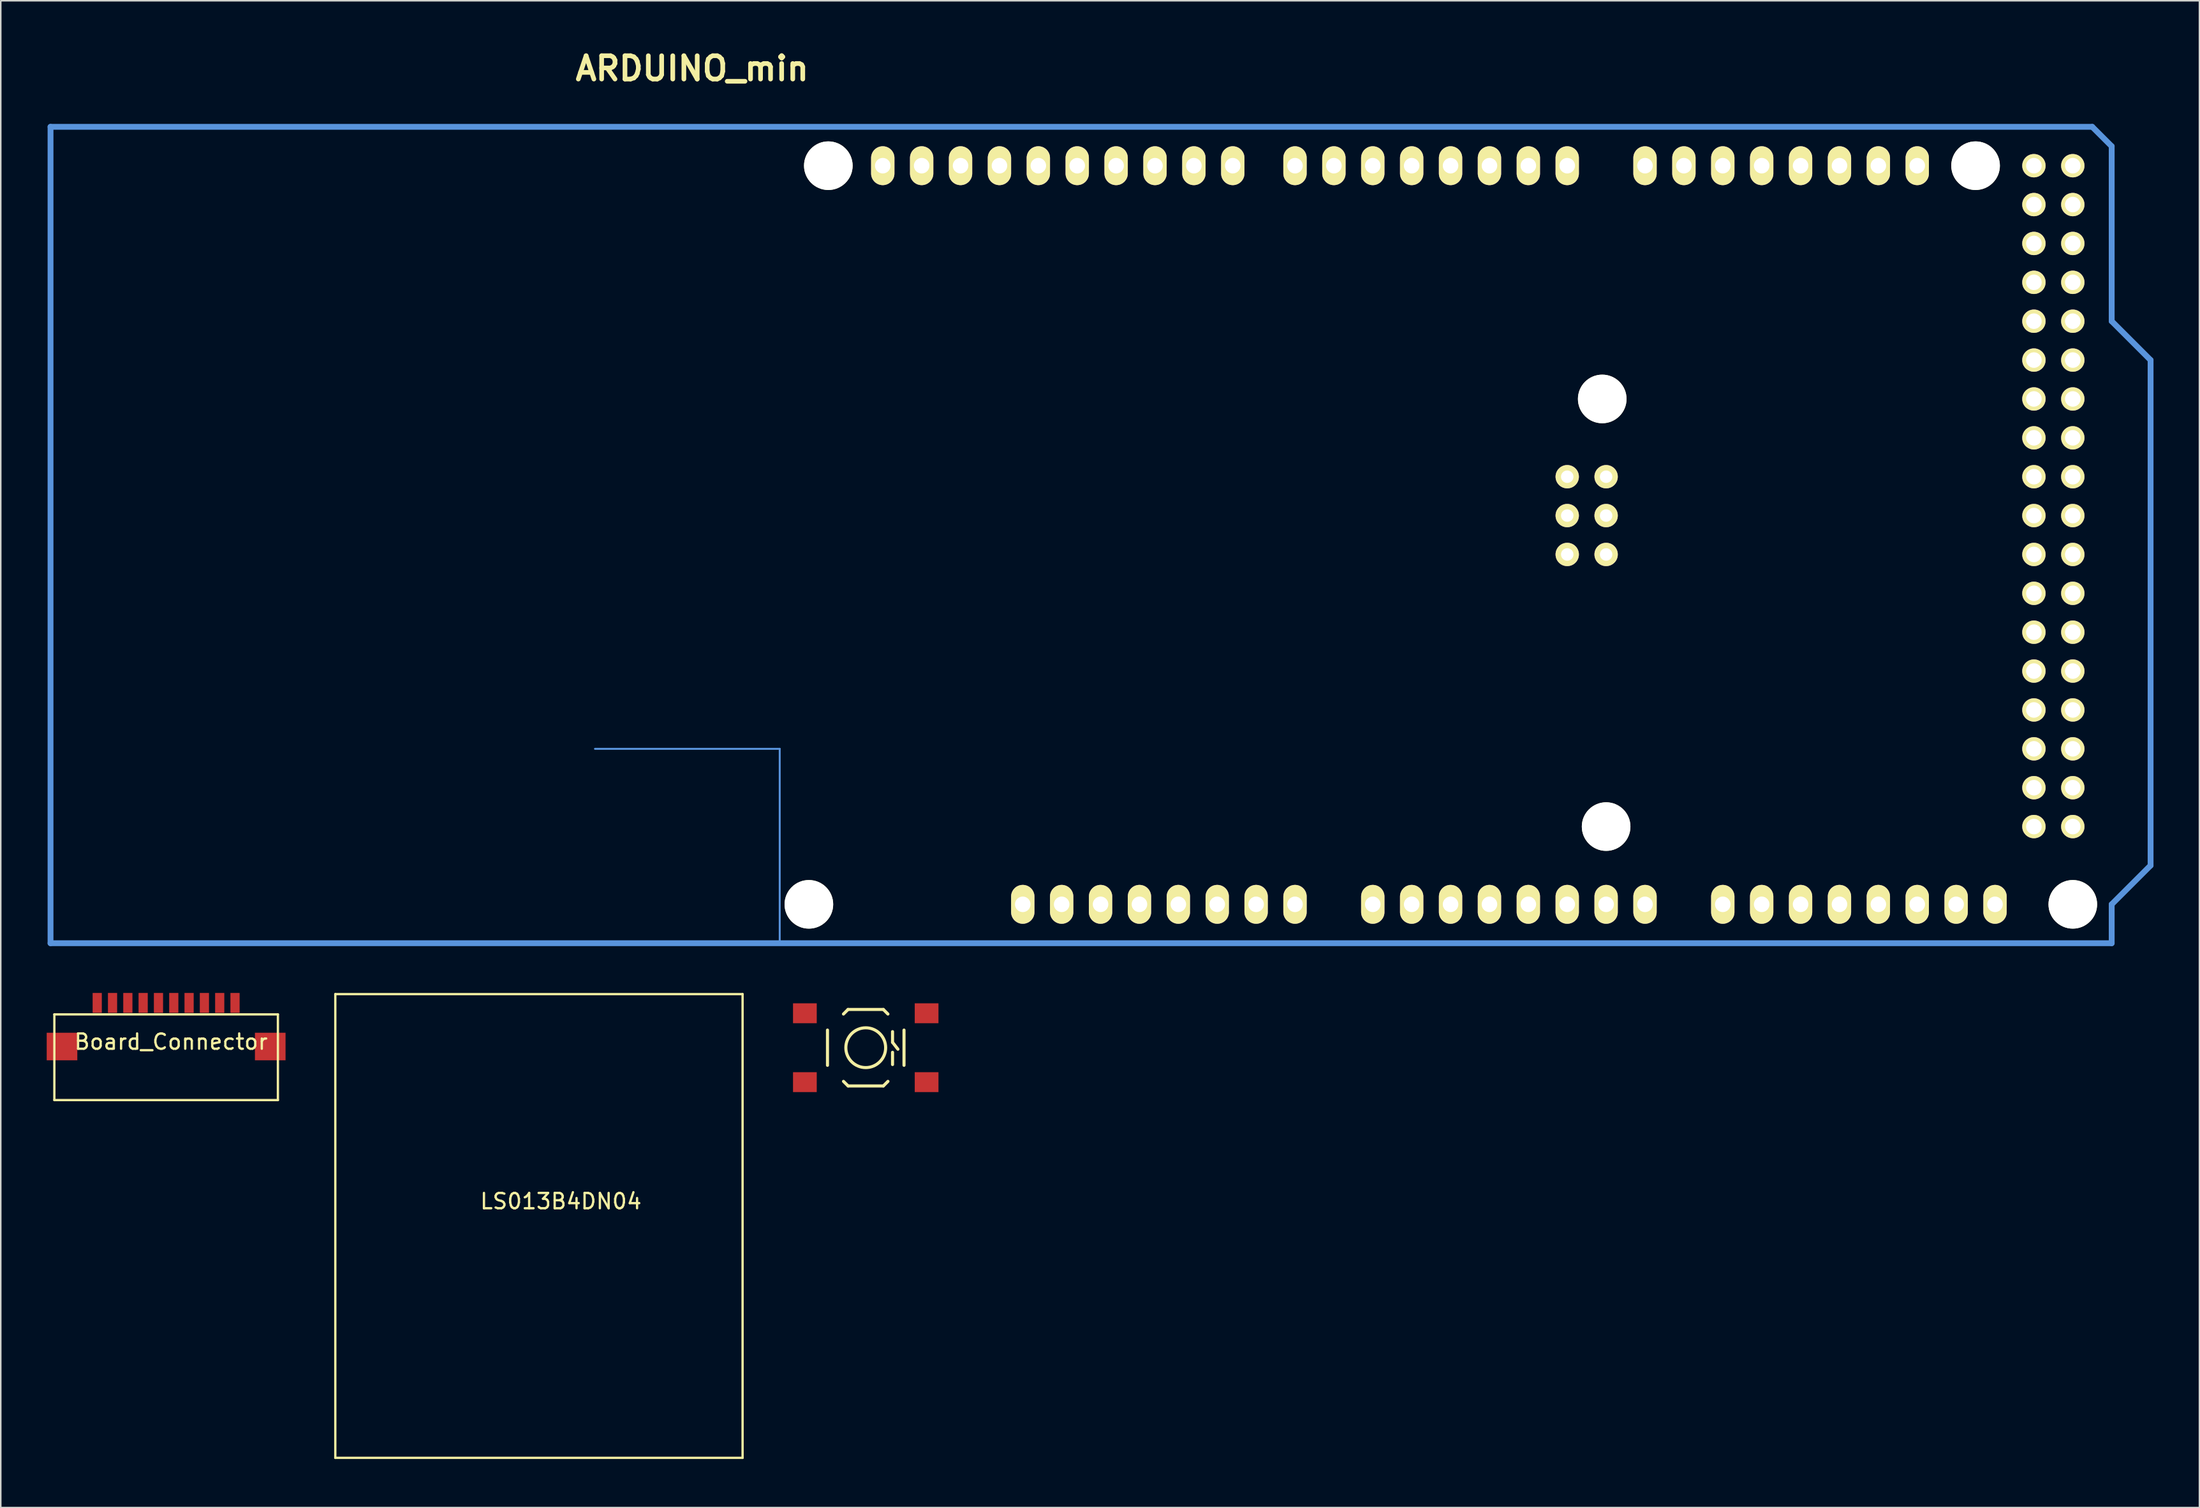
<source format=kicad_pcb>
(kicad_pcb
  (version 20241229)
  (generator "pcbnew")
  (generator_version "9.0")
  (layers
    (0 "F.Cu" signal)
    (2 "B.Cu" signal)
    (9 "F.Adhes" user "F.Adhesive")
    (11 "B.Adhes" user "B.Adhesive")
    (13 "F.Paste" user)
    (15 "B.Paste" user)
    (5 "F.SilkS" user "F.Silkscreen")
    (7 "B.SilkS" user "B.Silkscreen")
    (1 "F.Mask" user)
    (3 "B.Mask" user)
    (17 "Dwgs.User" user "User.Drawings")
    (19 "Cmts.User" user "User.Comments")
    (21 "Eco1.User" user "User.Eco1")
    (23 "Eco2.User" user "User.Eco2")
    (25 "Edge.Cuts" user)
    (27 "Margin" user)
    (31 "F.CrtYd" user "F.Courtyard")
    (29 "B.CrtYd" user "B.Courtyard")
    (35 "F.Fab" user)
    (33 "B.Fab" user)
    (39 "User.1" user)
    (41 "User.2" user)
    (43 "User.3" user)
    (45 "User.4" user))
  (footprint "SW_PUSHBUTTON_SMD"
    (layer "F.Cu")
    (at 53.494 65.403)
    (property "Reference" "SW_PUSHBUTTON_SMD" (at 0.05 -3.05 0) (layer "Eco1.User") (effects (font (size 0.6 0.6) (thickness 0.1))))
    (attr smd)
    (fp_line (start -2.499 -1.151) (end -2.499 1.151) (stroke (width 0.201) (type solid)) (layer "F.SilkS"))
    (fp_line (start -1.156 -2.499) (end -1.455 -2.2) (stroke (width 0.201) (type solid)) (layer "F.SilkS"))
    (fp_line (start -1.153 2.499) (end -1.453 2.2) (stroke (width 0.201) (type solid)) (layer "F.SilkS"))
    (fp_line (start -1.151 2.499) (end 1.151 2.499) (stroke (width 0.201) (type solid)) (layer "F.SilkS"))
    (fp_line (start 1.146 -2.499) (end -1.156 -2.499) (stroke (width 0.201) (type solid)) (layer "F.SilkS"))
    (fp_line (start 1.148 -2.499) (end 1.448 -2.2) (stroke (width 0.201) (type solid)) (layer "F.SilkS"))
    (fp_line (start 1.151 2.499) (end 1.45 2.2) (stroke (width 0.201) (type solid)) (layer "F.SilkS"))
    (fp_line (start 1.75 -1.049) (end 1.75 -0.351) (stroke (width 0.201) (type solid)) (layer "F.SilkS"))
    (fp_line (start 1.75 -0.351) (end 2.101 0.099) (stroke (width 0.201) (type solid)) (layer "F.SilkS"))
    (fp_line (start 1.75 0.3) (end 1.75 1.1) (stroke (width 0.201) (type solid)) (layer "F.SilkS"))
    (fp_line (start 2.499 -1.151) (end 2.499 1.151) (stroke (width 0.201) (type solid)) (layer "F.SilkS"))
    (fp_circle (center 0 0) (end 1.3 0) (stroke (width 0.201) (type solid)) (fill no) (layer "F.SilkS"))
    (pad "1" smd rect (at -3.975 -2.25) (size 1.55 1.3) (layers "F.Cu" "F.Mask" "F.Paste"))
    (pad "1" smd rect (at 3.975 -2.25) (size 1.55 1.3) (layers "F.Cu" "F.Mask" "F.Paste"))
    (pad "2" smd rect (at -3.975 2.25) (size 1.55 1.3) (layers "F.Cu" "F.Mask" "F.Paste"))
    (pad "2" smd rect (at 3.975 2.25) (size 1.55 1.3) (layers "F.Cu" "F.Mask" "F.Paste")))
  (footprint "LS013B4DN04"
    (layer "F.Cu")
    (at 18.85 92.201)
    (property "Reference" "LS013B4DN04" (at 14.732 -16.764 0) (layer "F.SilkS") (effects (font (size 1 1) (thickness 0.15))))
    (attr through_hole)
    (fp_line (start 0 -30.3) (end 0 0) (stroke (width 0.15) (type solid)) (layer "F.SilkS"))
    (fp_line (start 0 0) (end 26.6 0) (stroke (width 0.15) (type solid)) (layer "F.SilkS"))
    (fp_line (start 26.6 -30.3) (end 0 -30.3) (stroke (width 0.15) (type solid)) (layer "F.SilkS"))
    (fp_line (start 26.6 0) (end 26.6 -30.3) (stroke (width 0.15) (type solid)) (layer "F.SilkS")))
  (footprint "ARDUINO_min"
    (layer "F.Cu")
    (at 0.25 58.576)
    (property "Reference" "ARDUINO_min" (at 41.91 -57.15 0) (layer "F.SilkS") (effects (font (size 1.524 1.524) (thickness 0.305))))
    (attr through_hole)
    (fp_line (start 0 0) (end 0 -53.34) (stroke (width 0.381) (type solid)) (layer "Cmts.User"))
    (fp_line (start 35.56 -12.7) (end 47.625 -12.7) (stroke (width 0.127) (type solid)) (layer "Cmts.User"))
    (fp_line (start 47.625 -12.7) (end 47.625 0) (stroke (width 0.127) (type solid)) (layer "Cmts.User"))
    (fp_line (start 133.35 -53.34) (end 0 -53.34) (stroke (width 0.381) (type solid)) (layer "Cmts.User"))
    (fp_line (start 134.62 -52.07) (end 133.35 -53.34) (stroke (width 0.381) (type solid)) (layer "Cmts.User"))
    (fp_line (start 134.62 -40.64) (end 134.62 -52.07) (stroke (width 0.381) (type solid)) (layer "Cmts.User"))
    (fp_line (start 134.62 -40.64) (end 137.16 -38.1) (stroke (width 0.381) (type solid)) (layer "Cmts.User"))
    (fp_line (start 134.62 -2.54) (end 134.62 0) (stroke (width 0.381) (type solid)) (layer "Cmts.User"))
    (fp_line (start 134.62 0) (end 0 0) (stroke (width 0.381) (type solid)) (layer "Cmts.User"))
    (fp_line (start 137.16 -38.1) (end 137.16 -5.08) (stroke (width 0.381) (type solid)) (layer "Cmts.User"))
    (fp_line (start 137.16 -5.08) (end 134.62 -2.54) (stroke (width 0.381) (type solid)) (layer "Cmts.User"))
    (pad "" np_thru_hole circle (at 49.53 -2.54 90) (size 3.175 3.175) (drill 3.175) (layers "*.Cu" "*.Mask" "F.SilkS"))
    (pad "" np_thru_hole circle (at 50.8 -50.8 90) (size 3.175 3.175) (drill 3.175) (layers "*.Cu" "*.Mask" "F.SilkS"))
    (pad "" np_thru_hole circle (at 101.346 -35.56) (size 3.175 3.175) (drill 3.175) (layers "*.Cu" "*.Mask" "F.SilkS"))
    (pad "" np_thru_hole circle (at 101.6 -7.62) (size 3.175 3.175) (drill 3.175) (layers "*.Cu" "*.Mask" "F.SilkS"))
    (pad "" np_thru_hole circle (at 125.73 -50.8 90) (size 3.175 3.175) (drill 3.175) (layers "*.Cu" "*.Mask" "F.SilkS"))
    (pad "" np_thru_hole circle (at 132.08 -2.54 90) (size 3.175 3.175) (drill 3.175) (layers "*.Cu" "*.Mask" "F.SilkS"))
    (pad "0" thru_hole oval (at 99.06 -50.8 90) (size 2.54 1.524) (drill 1.016) (layers "*.Cu" "*.Mask" "F.SilkS"))
    (pad "1" thru_hole oval (at 96.52 -50.8 90) (size 2.54 1.524) (drill 1.016) (layers "*.Cu" "*.Mask" "F.SilkS"))
    (pad "2" thru_hole oval (at 93.98 -50.8 90) (size 2.54 1.524) (drill 1.016) (layers "*.Cu" "*.Mask" "F.SilkS"))
    (pad "3" thru_hole oval (at 91.44 -50.8 90) (size 2.54 1.524) (drill 1.016) (layers "*.Cu" "*.Mask" "F.SilkS"))
    (pad "3V3" thru_hole oval (at 71.12 -2.54 90) (size 2.54 1.524) (drill 1.016) (layers "*.Cu" "*.Mask" "F.SilkS"))
    (pad "4" thru_hole oval (at 88.9 -50.8 90) (size 2.54 1.524) (drill 1.016) (layers "*.Cu" "*.Mask" "F.SilkS"))
    (pad "5" thru_hole oval (at 86.36 -50.8 90) (size 2.54 1.524) (drill 1.016) (layers "*.Cu" "*.Mask" "F.SilkS"))
    (pad "5V" thru_hole oval (at 73.66 -2.54 90) (size 2.54 1.524) (drill 1.016) (layers "*.Cu" "*.Mask" "F.SilkS"))
    (pad "5V_4" thru_hole circle (at 129.54 -50.8) (size 1.524 1.524) (drill 1.016) (layers "*.Cu" "*.Mask" "F.SilkS"))
    (pad "5V_5" thru_hole circle (at 132.08 -50.8) (size 1.524 1.524) (drill 1.016) (layers "*.Cu" "*.Mask" "F.SilkS"))
    (pad "6" thru_hole oval (at 83.82 -50.8 90) (size 2.54 1.524) (drill 1.016) (layers "*.Cu" "*.Mask" "F.SilkS"))
    (pad "7" thru_hole oval (at 81.28 -50.8 90) (size 2.54 1.524) (drill 1.016) (layers "*.Cu" "*.Mask" "F.SilkS"))
    (pad "8" thru_hole oval (at 77.216 -50.8 90) (size 2.54 1.524) (drill 1.016) (layers "*.Cu" "*.Mask" "F.SilkS"))
    (pad "9" thru_hole oval (at 74.676 -50.8 90) (size 2.54 1.524) (drill 1.016) (layers "*.Cu" "*.Mask" "F.SilkS"))
    (pad "10" thru_hole oval (at 72.136 -50.8 90) (size 2.54 1.524) (drill 1.016) (layers "*.Cu" "*.Mask" "F.SilkS"))
    (pad "11" thru_hole oval (at 69.596 -50.8 90) (size 2.54 1.524) (drill 1.016) (layers "*.Cu" "*.Mask" "F.SilkS"))
    (pad "12" thru_hole oval (at 67.056 -50.8 90) (size 2.54 1.524) (drill 1.016) (layers "*.Cu" "*.Mask" "F.SilkS"))
    (pad "13" thru_hole oval (at 64.516 -50.8 90) (size 2.54 1.524) (drill 1.016) (layers "*.Cu" "*.Mask" "F.SilkS"))
    (pad "14" thru_hole oval (at 104.14 -50.8 90) (size 2.54 1.524) (drill 1.016) (layers "*.Cu" "*.Mask" "F.SilkS"))
    (pad "15" thru_hole oval (at 106.68 -50.8 90) (size 2.54 1.524) (drill 1.016) (layers "*.Cu" "*.Mask" "F.SilkS"))
    (pad "16" thru_hole oval (at 109.22 -50.8 90) (size 2.54 1.524) (drill 1.016) (layers "*.Cu" "*.Mask" "F.SilkS"))
    (pad "17" thru_hole oval (at 111.76 -50.8 90) (size 2.54 1.524) (drill 1.016) (layers "*.Cu" "*.Mask" "F.SilkS"))
    (pad "18" thru_hole oval (at 114.3 -50.8 90) (size 2.54 1.524) (drill 1.016) (layers "*.Cu" "*.Mask" "F.SilkS"))
    (pad "19" thru_hole oval (at 116.84 -50.8 90) (size 2.54 1.524) (drill 1.016) (layers "*.Cu" "*.Mask" "F.SilkS"))
    (pad "20" thru_hole oval (at 119.38 -50.8 90) (size 2.54 1.524) (drill 1.016) (layers "*.Cu" "*.Mask" "F.SilkS"))
    (pad "21" thru_hole oval (at 121.92 -50.8 90) (size 2.54 1.524) (drill 1.016) (layers "*.Cu" "*.Mask" "F.SilkS"))
    (pad "22" thru_hole circle (at 129.54 -48.26) (size 1.524 1.524) (drill 1.016) (layers "*.Cu" "*.Mask" "F.SilkS"))
    (pad "23" thru_hole circle (at 132.08 -48.26) (size 1.524 1.524) (drill 1.016) (layers "*.Cu" "*.Mask" "F.SilkS"))
    (pad "24" thru_hole circle (at 129.54 -45.72) (size 1.524 1.524) (drill 1.016) (layers "*.Cu" "*.Mask" "F.SilkS"))
    (pad "25" thru_hole circle (at 132.08 -45.72) (size 1.524 1.524) (drill 1.016) (layers "*.Cu" "*.Mask" "F.SilkS"))
    (pad "26" thru_hole circle (at 129.54 -43.18) (size 1.524 1.524) (drill 1.016) (layers "*.Cu" "*.Mask" "F.SilkS"))
    (pad "27" thru_hole circle (at 132.08 -43.18) (size 1.524 1.524) (drill 1.016) (layers "*.Cu" "*.Mask" "F.SilkS"))
    (pad "28" thru_hole circle (at 129.54 -40.64) (size 1.524 1.524) (drill 1.016) (layers "*.Cu" "*.Mask" "F.SilkS"))
    (pad "29" thru_hole circle (at 132.08 -40.64) (size 1.524 1.524) (drill 1.016) (layers "*.Cu" "*.Mask" "F.SilkS"))
    (pad "30" thru_hole circle (at 129.54 -38.1) (size 1.524 1.524) (drill 1.016) (layers "*.Cu" "*.Mask" "F.SilkS"))
    (pad "31" thru_hole circle (at 132.08 -38.1) (size 1.524 1.524) (drill 1.016) (layers "*.Cu" "*.Mask" "F.SilkS"))
    (pad "32" thru_hole circle (at 129.54 -35.56) (size 1.524 1.524) (drill 1.016) (layers "*.Cu" "*.Mask" "F.SilkS"))
    (pad "33" thru_hole circle (at 132.08 -35.56) (size 1.524 1.524) (drill 1.016) (layers "*.Cu" "*.Mask" "F.SilkS"))
    (pad "34" thru_hole circle (at 129.54 -33.02) (size 1.524 1.524) (drill 1.016) (layers "*.Cu" "*.Mask" "F.SilkS"))
    (pad "35" thru_hole circle (at 132.08 -33.02) (size 1.524 1.524) (drill 1.016) (layers "*.Cu" "*.Mask" "F.SilkS"))
    (pad "36" thru_hole circle (at 129.54 -30.48) (size 1.524 1.524) (drill 1.016) (layers "*.Cu" "*.Mask" "F.SilkS"))
    (pad "37" thru_hole circle (at 132.08 -30.48) (size 1.524 1.524) (drill 1.016) (layers "*.Cu" "*.Mask" "F.SilkS"))
    (pad "38" thru_hole circle (at 129.54 -27.94) (size 1.524 1.524) (drill 1.016) (layers "*.Cu" "*.Mask" "F.SilkS"))
    (pad "39" thru_hole circle (at 132.08 -27.94) (size 1.524 1.524) (drill 1.016) (layers "*.Cu" "*.Mask" "F.SilkS"))
    (pad "40" thru_hole circle (at 129.54 -25.4) (size 1.524 1.524) (drill 1.016) (layers "*.Cu" "*.Mask" "F.SilkS"))
    (pad "41" thru_hole circle (at 132.08 -25.4) (size 1.524 1.524) (drill 1.016) (layers "*.Cu" "*.Mask" "F.SilkS"))
    (pad "42" thru_hole circle (at 129.54 -22.86) (size 1.524 1.524) (drill 1.016) (layers "*.Cu" "*.Mask" "F.SilkS"))
    (pad "43" thru_hole circle (at 132.08 -22.86) (size 1.524 1.524) (drill 1.016) (layers "*.Cu" "*.Mask" "F.SilkS"))
    (pad "44" thru_hole circle (at 129.54 -20.32) (size 1.524 1.524) (drill 1.016) (layers "*.Cu" "*.Mask" "F.SilkS"))
    (pad "45" thru_hole circle (at 132.08 -20.32) (size 1.524 1.524) (drill 1.016) (layers "*.Cu" "*.Mask" "F.SilkS"))
    (pad "46" thru_hole circle (at 129.54 -17.78) (size 1.524 1.524) (drill 1.016) (layers "*.Cu" "*.Mask" "F.SilkS"))
    (pad "47" thru_hole circle (at 132.08 -17.78) (size 1.524 1.524) (drill 1.016) (layers "*.Cu" "*.Mask" "F.SilkS"))
    (pad "48" thru_hole circle (at 129.54 -15.24) (size 1.524 1.524) (drill 1.016) (layers "*.Cu" "*.Mask" "F.SilkS"))
    (pad "49" thru_hole circle (at 132.08 -15.24) (size 1.524 1.524) (drill 1.016) (layers "*.Cu" "*.Mask" "F.SilkS"))
    (pad "50" thru_hole circle (at 129.54 -12.7) (size 1.524 1.524) (drill 1.016) (layers "*.Cu" "*.Mask" "F.SilkS"))
    (pad "51" thru_hole circle (at 132.08 -12.7) (size 1.524 1.524) (drill 1.016) (layers "*.Cu" "*.Mask" "F.SilkS"))
    (pad "52" thru_hole circle (at 129.54 -10.16) (size 1.524 1.524) (drill 1.016) (layers "*.Cu" "*.Mask" "F.SilkS"))
    (pad "53" thru_hole circle (at 132.08 -10.16) (size 1.524 1.524) (drill 1.016) (layers "*.Cu" "*.Mask" "F.SilkS"))
    (pad "AD0" thru_hole oval (at 86.36 -2.54 90) (size 2.54 1.524) (drill 1.016) (layers "*.Cu" "*.Mask" "F.SilkS"))
    (pad "AD1" thru_hole oval (at 88.9 -2.54 90) (size 2.54 1.524) (drill 1.016) (layers "*.Cu" "*.Mask" "F.SilkS"))
    (pad "AD2" thru_hole oval (at 91.44 -2.54 90) (size 2.54 1.524) (drill 1.016) (layers "*.Cu" "*.Mask" "F.SilkS"))
    (pad "AD3" thru_hole oval (at 93.98 -2.54 90) (size 2.54 1.524) (drill 1.016) (layers "*.Cu" "*.Mask" "F.SilkS"))
    (pad "AD4" thru_hole oval (at 96.52 -2.54 90) (size 2.54 1.524) (drill 1.016) (layers "*.Cu" "*.Mask" "F.SilkS"))
    (pad "AD5" thru_hole oval (at 99.06 -2.54 90) (size 2.54 1.524) (drill 1.016) (layers "*.Cu" "*.Mask" "F.SilkS"))
    (pad "AD6" thru_hole oval (at 101.6 -2.54 90) (size 2.54 1.524) (drill 1.016) (layers "*.Cu" "*.Mask" "F.SilkS"))
    (pad "AD7" thru_hole oval (at 104.14 -2.54 90) (size 2.54 1.524) (drill 1.016) (layers "*.Cu" "*.Mask" "F.SilkS"))
    (pad "AD8" thru_hole oval (at 109.22 -2.54 90) (size 2.54 1.524) (drill 1.016) (layers "*.Cu" "*.Mask" "F.SilkS"))
    (pad "AD9" thru_hole oval (at 111.76 -2.54 90) (size 2.54 1.524) (drill 1.016) (layers "*.Cu" "*.Mask" "F.SilkS"))
    (pad "AD10" thru_hole oval (at 114.3 -2.54 90) (size 2.54 1.524) (drill 1.016) (layers "*.Cu" "*.Mask" "F.SilkS"))
    (pad "AD11" thru_hole oval (at 116.84 -2.54 90) (size 2.54 1.524) (drill 1.016) (layers "*.Cu" "*.Mask" "F.SilkS"))
    (pad "AREF" thru_hole oval (at 59.436 -50.8 90) (size 2.54 1.524) (drill 1.016) (layers "*.Cu" "*.Mask" "F.SilkS"))
    (pad "C_RX" thru_hole oval (at 124.46 -2.54 90) (size 2.54 1.524) (drill 1.016) (layers "*.Cu" "*.Mask" "F.SilkS"))
    (pad "C_TX" thru_hole oval (at 127 -2.54 90) (size 2.54 1.524) (drill 1.016) (layers "*.Cu" "*.Mask" "F.SilkS"))
    (pad "DAC0" thru_hole oval (at 119.38 -2.54 90) (size 2.54 1.524) (drill 1.016) (layers "*.Cu" "*.Mask" "F.SilkS"))
    (pad "DAC1" thru_hole oval (at 121.92 -2.54 90) (size 2.54 1.524) (drill 1.016) (layers "*.Cu" "*.Mask" "F.SilkS"))
    (pad "GND1" thru_hole oval (at 76.2 -2.54 90) (size 2.54 1.524) (drill 1.016) (layers "*.Cu" "*.Mask" "F.SilkS"))
    (pad "GND2" thru_hole oval (at 78.74 -2.54 90) (size 2.54 1.524) (drill 1.016) (layers "*.Cu" "*.Mask" "F.SilkS"))
    (pad "GND3" thru_hole oval (at 61.976 -50.8 90) (size 2.54 1.524) (drill 1.016) (layers "*.Cu" "*.Mask" "F.SilkS"))
    (pad "GND4" thru_hole circle (at 129.54 -7.62) (size 1.524 1.524) (drill 1.016) (layers "*.Cu" "*.Mask" "F.SilkS"))
    (pad "GND5" thru_hole circle (at 132.08 -7.62) (size 1.524 1.524) (drill 1.016) (layers "*.Cu" "*.Mask" "F.SilkS"))
    (pad "IO_R" thru_hole oval (at 66.04 -2.54 90) (size 2.54 1.524) (drill 1.016) (layers "*.Cu" "*.Mask" "F.SilkS"))
    (pad "NC" thru_hole oval (at 63.5 -2.54 90) (size 2.54 1.524) (drill 1.016) (layers "*.Cu" "*.Mask" "F.SilkS"))
    (pad "RST" thru_hole oval (at 68.58 -2.54 90) (size 2.54 1.524) (drill 1.016) (layers "*.Cu" "*.Mask" "F.SilkS"))
    (pad "SCL1" thru_hole oval (at 54.356 -50.8 90) (size 2.54 1.524) (drill 1.016) (layers "*.Cu" "*.Mask" "F.SilkS"))
    (pad "SDA1" thru_hole oval (at 56.896 -50.8 90) (size 2.54 1.524) (drill 1.016) (layers "*.Cu" "*.Mask" "F.SilkS"))
    (pad "SP1" thru_hole circle (at 99.06 -30.48) (size 1.524 1.524) (drill 0.813) (layers "*.Cu" "*.Mask" "F.SilkS"))
    (pad "SP2" thru_hole circle (at 101.6 -30.48) (size 1.524 1.524) (drill 0.813) (layers "*.Cu" "*.Mask" "F.SilkS"))
    (pad "SP3" thru_hole circle (at 99.06 -27.94) (size 1.524 1.524) (drill 0.813) (layers "*.Cu" "*.Mask" "F.SilkS"))
    (pad "SP4" thru_hole circle (at 101.6 -27.94) (size 1.524 1.524) (drill 0.813) (layers "*.Cu" "*.Mask" "F.SilkS"))
    (pad "SP5" thru_hole circle (at 99.06 -25.4) (size 1.524 1.524) (drill 0.813) (layers "*.Cu" "*.Mask" "F.SilkS"))
    (pad "SP6" thru_hole circle (at 101.6 -25.4) (size 1.524 1.524) (drill 0.813) (layers "*.Cu" "*.Mask" "F.SilkS"))
    (pad "V_IN" thru_hole oval (at 81.28 -2.54 90) (size 2.54 1.524) (drill 1.016) (layers "*.Cu" "*.Mask" "F.SilkS")))
  (footprint "Board_Connector"
    (layer "F.Cu")
    (at 0.5 68.826)
    (property "Reference" "Board_Connector" (at 7.62 -3.81 0) (layer "F.SilkS") (effects (font (size 1 1) (thickness 0.15))))
    (attr through_hole)
    (fp_line (start 0 -5.6) (end 0 0) (stroke (width 0.15) (type solid)) (layer "F.SilkS"))
    (fp_line (start 0 0) (end 14.6 0) (stroke (width 0.15) (type solid)) (layer "F.SilkS"))
    (fp_line (start 14.6 -5.6) (end 0 -5.6) (stroke (width 0.15) (type solid)) (layer "F.SilkS"))
    (fp_line (start 14.6 0) (end 14.6 -5.6) (stroke (width 0.15) (type solid)) (layer "F.SilkS"))
    (pad "0" smd rect (at 0.5 -3.5) (size 2 1.8) (layers "F.Cu" "F.Mask" "F.Paste"))
    (pad "1" smd rect (at 2.8 -6.35) (size 0.6 1.3) (layers "F.Cu" "F.Mask" "F.Paste"))
    (pad "2" smd rect (at 3.8 -6.35) (size 0.6 1.3) (layers "F.Cu" "F.Mask" "F.Paste"))
    (pad "3" smd rect (at 4.8 -6.35) (size 0.6 1.3) (layers "F.Cu" "F.Mask" "F.Paste"))
    (pad "4" smd rect (at 5.8 -6.35) (size 0.6 1.3) (layers "F.Cu" "F.Mask" "F.Paste"))
    (pad "5" smd rect (at 6.8 -6.35) (size 0.6 1.3) (layers "F.Cu" "F.Mask" "F.Paste"))
    (pad "6" smd rect (at 7.8 -6.35) (size 0.6 1.3) (layers "F.Cu" "F.Mask" "F.Paste"))
    (pad "7" smd rect (at 8.8 -6.35) (size 0.6 1.3) (layers "F.Cu" "F.Mask" "F.Paste"))
    (pad "8" smd rect (at 9.8 -6.35) (size 0.6 1.3) (layers "F.Cu" "F.Mask" "F.Paste"))
    (pad "9" smd rect (at 10.8 -6.35) (size 0.6 1.3) (layers "F.Cu" "F.Mask" "F.Paste"))
    (pad "10" smd rect (at 11.8 -6.35) (size 0.6 1.3) (layers "F.Cu" "F.Mask" "F.Paste"))
    (pad "11" smd rect (at 14.1 -3.5) (size 2 1.8) (layers "F.Cu" "F.Mask" "F.Paste")))
  (gr_rect
    (start -3 -3)
    (end 140.601 95.451)
    (stroke (width 0.1) (type default))
    (fill no)
    (layer "Edge.Cuts")))
</source>
